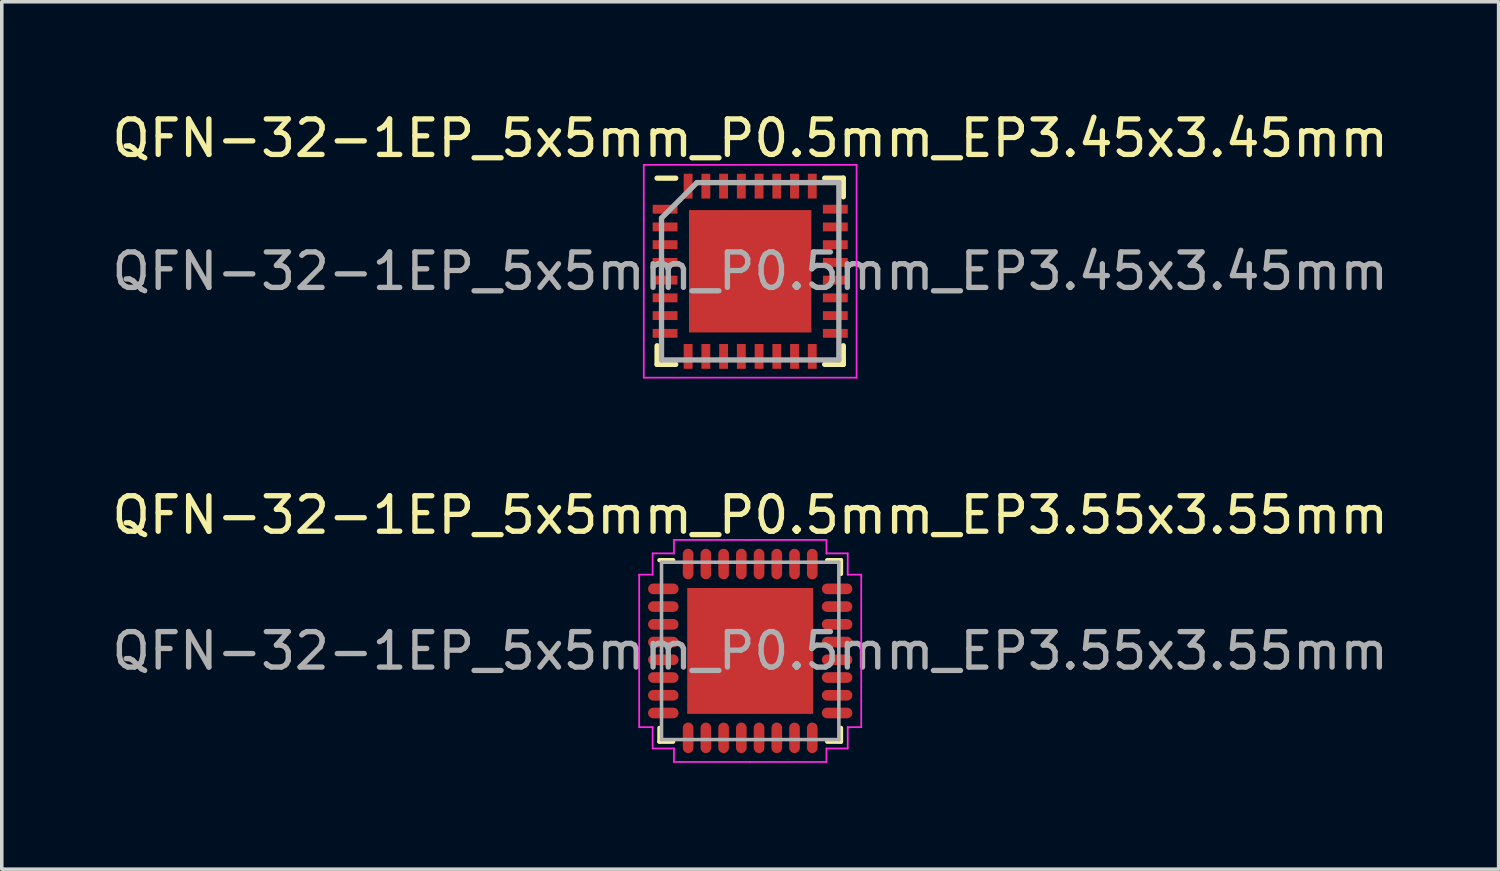
<source format=kicad_pcb>
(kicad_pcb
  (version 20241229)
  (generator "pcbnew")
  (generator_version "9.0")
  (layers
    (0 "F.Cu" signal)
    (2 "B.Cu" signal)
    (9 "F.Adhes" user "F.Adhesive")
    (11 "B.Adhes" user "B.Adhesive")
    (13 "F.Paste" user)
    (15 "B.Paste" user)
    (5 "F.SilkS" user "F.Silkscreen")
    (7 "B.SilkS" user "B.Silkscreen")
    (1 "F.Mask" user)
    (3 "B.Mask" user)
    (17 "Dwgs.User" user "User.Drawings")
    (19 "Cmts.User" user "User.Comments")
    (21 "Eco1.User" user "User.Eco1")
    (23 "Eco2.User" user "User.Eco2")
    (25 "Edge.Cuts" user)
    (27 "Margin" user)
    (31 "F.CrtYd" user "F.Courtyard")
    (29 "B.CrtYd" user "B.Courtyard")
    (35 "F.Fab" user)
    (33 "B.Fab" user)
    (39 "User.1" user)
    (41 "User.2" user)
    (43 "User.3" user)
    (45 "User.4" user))
  (footprint "QFN-32-1EP_5x5mm_P0.5mm_EP3.55x3.55mm"
    (layer "F.Cu")
    (at 18.101 15.302)
    (property "Reference" "QFN-32-1EP_5x5mm_P0.5mm_EP3.55x3.55mm" (at 0 -3.83 0) (layer "F.SilkS") (effects (font (size 1 1) (thickness 0.15))))
    (attr smd)
    (fp_line (start -2.56 -2.56) (end -2.17 -2.56) (stroke (width 0.12) (type solid)) (layer "F.SilkS"))
    (fp_line (start -2.56 2.56) (end -2.56 2.17) (stroke (width 0.12) (type solid)) (layer "F.SilkS"))
    (fp_line (start -2.56 2.56) (end -2.17 2.56) (stroke (width 0.12) (type solid)) (layer "F.SilkS"))
    (fp_line (start 2.56 -2.56) (end 2.17 -2.56) (stroke (width 0.12) (type solid)) (layer "F.SilkS"))
    (fp_line (start 2.56 -2.56) (end 2.56 -2.17) (stroke (width 0.12) (type solid)) (layer "F.SilkS"))
    (fp_line (start 2.56 2.56) (end 2.17 2.56) (stroke (width 0.12) (type solid)) (layer "F.SilkS"))
    (fp_line (start 2.56 2.56) (end 2.56 2.17) (stroke (width 0.12) (type solid)) (layer "F.SilkS"))
    (fp_poly (pts (xy -1.57 -1.57) (xy -0.15 -1.57) (xy -0.15 -0.15) (xy -1.57 -0.15)) (stroke (width 0) (type solid)) (fill yes) (layer "F.Paste"))
    (fp_poly (pts (xy -1.57 0.15) (xy -0.15 0.15) (xy -0.15 1.57) (xy -1.57 1.57)) (stroke (width 0) (type solid)) (fill yes) (layer "F.Paste"))
    (fp_poly (pts (xy 0.15 1.57) (xy 0.15 0.15) (xy 1.57 0.15) (xy 1.57 1.57)) (stroke (width 0) (type solid)) (fill yes) (layer "F.Paste"))
    (fp_poly (pts (xy 1.57 -0.15) (xy 0.15 -0.15) (xy 0.15 -1.57) (xy 1.57 -1.57)) (stroke (width 0) (type solid)) (fill yes) (layer "F.Paste"))
    (fp_line (start -3.13 -2.15) (end -2.75 -2.15) (stroke (width 0.05) (type solid)) (layer "F.CrtYd"))
    (fp_line (start -3.13 0) (end -3.13 -2.15) (stroke (width 0.05) (type solid)) (layer "F.CrtYd"))
    (fp_line (start -3.13 2.15) (end -3.13 0) (stroke (width 0.05) (type solid)) (layer "F.CrtYd"))
    (fp_line (start -2.75 -2.75) (end -2.15 -2.75) (stroke (width 0.05) (type solid)) (layer "F.CrtYd"))
    (fp_line (start -2.75 -2.15) (end -2.75 -2.75) (stroke (width 0.05) (type solid)) (layer "F.CrtYd"))
    (fp_line (start -2.75 2.15) (end -3.13 2.15) (stroke (width 0.05) (type solid)) (layer "F.CrtYd"))
    (fp_line (start -2.75 2.75) (end -2.75 2.15) (stroke (width 0.05) (type solid)) (layer "F.CrtYd"))
    (fp_line (start -2.15 -3.13) (end 0 -3.13) (stroke (width 0.05) (type solid)) (layer "F.CrtYd"))
    (fp_line (start -2.15 -2.75) (end -2.15 -3.13) (stroke (width 0.05) (type solid)) (layer "F.CrtYd"))
    (fp_line (start -2.15 2.75) (end -2.75 2.75) (stroke (width 0.05) (type solid)) (layer "F.CrtYd"))
    (fp_line (start -2.15 3.13) (end -2.15 2.75) (stroke (width 0.05) (type solid)) (layer "F.CrtYd"))
    (fp_line (start 0 -3.13) (end 2.15 -3.13) (stroke (width 0.05) (type solid)) (layer "F.CrtYd"))
    (fp_line (start 0 3.13) (end -2.15 3.13) (stroke (width 0.05) (type solid)) (layer "F.CrtYd"))
    (fp_line (start 2.15 -3.13) (end 2.15 -2.75) (stroke (width 0.05) (type solid)) (layer "F.CrtYd"))
    (fp_line (start 2.15 -2.75) (end 2.75 -2.75) (stroke (width 0.05) (type solid)) (layer "F.CrtYd"))
    (fp_line (start 2.15 2.75) (end 2.15 3.13) (stroke (width 0.05) (type solid)) (layer "F.CrtYd"))
    (fp_line (start 2.15 3.13) (end 0 3.13) (stroke (width 0.05) (type solid)) (layer "F.CrtYd"))
    (fp_line (start 2.75 -2.75) (end 2.75 -2.15) (stroke (width 0.05) (type solid)) (layer "F.CrtYd"))
    (fp_line (start 2.75 -2.15) (end 3.13 -2.15) (stroke (width 0.05) (type solid)) (layer "F.CrtYd"))
    (fp_line (start 2.75 2.15) (end 2.75 2.75) (stroke (width 0.05) (type solid)) (layer "F.CrtYd"))
    (fp_line (start 2.75 2.75) (end 2.15 2.75) (stroke (width 0.05) (type solid)) (layer "F.CrtYd"))
    (fp_line (start 3.13 -2.15) (end 3.13 0) (stroke (width 0.05) (type solid)) (layer "F.CrtYd"))
    (fp_line (start 3.13 0) (end 3.13 2.15) (stroke (width 0.05) (type solid)) (layer "F.CrtYd"))
    (fp_line (start 3.13 2.15) (end 2.75 2.15) (stroke (width 0.05) (type solid)) (layer "F.CrtYd"))
    (fp_line (start -2.5 -2.5) (end 2.5 -2.5) (stroke (width 0.1) (type solid)) (layer "F.Fab"))
    (fp_line (start -2.5 0) (end -2.5 -2.5) (stroke (width 0.1) (type solid)) (layer "F.Fab"))
    (fp_line (start -2.5 2.5) (end -2.5 0) (stroke (width 0.1) (type solid)) (layer "F.Fab"))
    (fp_line (start 2.5 -2.5) (end 2.5 2.5) (stroke (width 0.1) (type solid)) (layer "F.Fab"))
    (fp_line (start 2.5 2.5) (end -2.5 2.5) (stroke (width 0.1) (type solid)) (layer "F.Fab"))
    (fp_text user "${REFERENCE}" (at 0 0 0) (layer "F.Fab") (effects (font (size 1 1) (thickness 0.15))))
    (pad "1" smd oval (at -2.45 -1.75) (size 0.86 0.3) (layers "F.Cu" "F.Mask" "F.Paste"))
    (pad "2" smd oval (at -2.45 -1.25) (size 0.86 0.3) (layers "F.Cu" "F.Mask" "F.Paste"))
    (pad "3" smd oval (at -2.45 -0.75) (size 0.86 0.3) (layers "F.Cu" "F.Mask" "F.Paste"))
    (pad "4" smd oval (at -2.45 -0.25) (size 0.86 0.3) (layers "F.Cu" "F.Mask" "F.Paste"))
    (pad "5" smd oval (at -2.45 0.25) (size 0.86 0.3) (layers "F.Cu" "F.Mask" "F.Paste"))
    (pad "6" smd oval (at -2.45 0.75) (size 0.86 0.3) (layers "F.Cu" "F.Mask" "F.Paste"))
    (pad "7" smd oval (at -2.45 1.25) (size 0.86 0.3) (layers "F.Cu" "F.Mask" "F.Paste"))
    (pad "8" smd oval (at -2.45 1.75) (size 0.86 0.3) (layers "F.Cu" "F.Mask" "F.Paste"))
    (pad "9" smd oval (at -1.75 2.45 90) (size 0.86 0.3) (layers "F.Cu" "F.Mask" "F.Paste"))
    (pad "10" smd oval (at -1.25 2.45 90) (size 0.86 0.3) (layers "F.Cu" "F.Mask" "F.Paste"))
    (pad "11" smd oval (at -0.75 2.45 90) (size 0.86 0.3) (layers "F.Cu" "F.Mask" "F.Paste"))
    (pad "12" smd oval (at -0.25 2.45 90) (size 0.86 0.3) (layers "F.Cu" "F.Mask" "F.Paste"))
    (pad "13" smd oval (at 0.25 2.45 90) (size 0.86 0.3) (layers "F.Cu" "F.Mask" "F.Paste"))
    (pad "14" smd oval (at 0.75 2.45 90) (size 0.86 0.3) (layers "F.Cu" "F.Mask" "F.Paste"))
    (pad "15" smd oval (at 1.25 2.45 90) (size 0.86 0.3) (layers "F.Cu" "F.Mask" "F.Paste"))
    (pad "16" smd oval (at 1.75 2.45 90) (size 0.86 0.3) (layers "F.Cu" "F.Mask" "F.Paste"))
    (pad "17" smd oval (at 2.45 1.75 180) (size 0.86 0.3) (layers "F.Cu" "F.Mask" "F.Paste"))
    (pad "18" smd oval (at 2.45 1.25 180) (size 0.86 0.3) (layers "F.Cu" "F.Mask" "F.Paste"))
    (pad "19" smd oval (at 2.45 0.75 180) (size 0.86 0.3) (layers "F.Cu" "F.Mask" "F.Paste"))
    (pad "20" smd oval (at 2.45 0.25 180) (size 0.86 0.3) (layers "F.Cu" "F.Mask" "F.Paste"))
    (pad "21" smd oval (at 2.45 -0.25 180) (size 0.86 0.3) (layers "F.Cu" "F.Mask" "F.Paste"))
    (pad "22" smd oval (at 2.45 -0.75 180) (size 0.86 0.3) (layers "F.Cu" "F.Mask" "F.Paste"))
    (pad "23" smd oval (at 2.45 -1.25 180) (size 0.86 0.3) (layers "F.Cu" "F.Mask" "F.Paste"))
    (pad "24" smd oval (at 2.45 -1.75 180) (size 0.86 0.3) (layers "F.Cu" "F.Mask" "F.Paste"))
    (pad "25" smd oval (at 1.75 -2.45 270) (size 0.86 0.3) (layers "F.Cu" "F.Mask" "F.Paste"))
    (pad "26" smd oval (at 1.25 -2.45 270) (size 0.86 0.3) (layers "F.Cu" "F.Mask" "F.Paste"))
    (pad "27" smd oval (at 0.75 -2.45 270) (size 0.86 0.3) (layers "F.Cu" "F.Mask" "F.Paste"))
    (pad "28" smd oval (at 0.25 -2.45 270) (size 0.86 0.3) (layers "F.Cu" "F.Mask" "F.Paste"))
    (pad "29" smd oval (at -0.25 -2.45 270) (size 0.86 0.3) (layers "F.Cu" "F.Mask" "F.Paste"))
    (pad "30" smd oval (at -0.75 -2.45 270) (size 0.86 0.3) (layers "F.Cu" "F.Mask" "F.Paste"))
    (pad "31" smd oval (at -1.25 -2.45 270) (size 0.86 0.3) (layers "F.Cu" "F.Mask" "F.Paste"))
    (pad "32" smd oval (at -1.75 -2.45 270) (size 0.86 0.3) (layers "F.Cu" "F.Mask" "F.Paste"))
    (pad "33" smd rect (at 0 0) (size 3.55 3.55) (layers "F.Cu" "F.Mask")))
  (footprint "QFN-32-1EP_5x5mm_P0.5mm_EP3.45x3.45mm"
    (layer "F.Cu")
    (at 18.101 4.598)
    (property "Reference" "QFN-32-1EP_5x5mm_P0.5mm_EP3.45x3.45mm" (at 0 -3.75 0) (layer "F.SilkS") (effects (font (size 1 1) (thickness 0.15))))
    (attr smd)
    (fp_line (start -2.625 -2.625) (end -2.1 -2.625) (stroke (width 0.15) (type solid)) (layer "F.SilkS"))
    (fp_line (start -2.625 2.625) (end -2.625 2.1) (stroke (width 0.15) (type solid)) (layer "F.SilkS"))
    (fp_line (start -2.625 2.625) (end -2.1 2.625) (stroke (width 0.15) (type solid)) (layer "F.SilkS"))
    (fp_line (start 2.625 -2.625) (end 2.1 -2.625) (stroke (width 0.15) (type solid)) (layer "F.SilkS"))
    (fp_line (start 2.625 -2.625) (end 2.625 -2.1) (stroke (width 0.15) (type solid)) (layer "F.SilkS"))
    (fp_line (start 2.625 2.625) (end 2.1 2.625) (stroke (width 0.15) (type solid)) (layer "F.SilkS"))
    (fp_line (start 2.625 2.625) (end 2.625 2.1) (stroke (width 0.15) (type solid)) (layer "F.SilkS"))
    (fp_line (start -3 -3) (end -3 3) (stroke (width 0.05) (type solid)) (layer "F.CrtYd"))
    (fp_line (start -3 -3) (end 3 -3) (stroke (width 0.05) (type solid)) (layer "F.CrtYd"))
    (fp_line (start -3 3) (end 3 3) (stroke (width 0.05) (type solid)) (layer "F.CrtYd"))
    (fp_line (start 3 -3) (end 3 3) (stroke (width 0.05) (type solid)) (layer "F.CrtYd"))
    (fp_line (start -2.5 -1.5) (end -1.5 -2.5) (stroke (width 0.15) (type solid)) (layer "F.Fab"))
    (fp_line (start -2.5 2.5) (end -2.5 -1.5) (stroke (width 0.15) (type solid)) (layer "F.Fab"))
    (fp_line (start -1.5 -2.5) (end 2.5 -2.5) (stroke (width 0.15) (type solid)) (layer "F.Fab"))
    (fp_line (start 2.5 -2.5) (end 2.5 2.5) (stroke (width 0.15) (type solid)) (layer "F.Fab"))
    (fp_line (start 2.5 2.5) (end -2.5 2.5) (stroke (width 0.15) (type solid)) (layer "F.Fab"))
    (fp_text user "${REFERENCE}" (at 0 0 0) (layer "F.Fab") (effects (font (size 1 1) (thickness 0.15))))
    (pad "" smd rect (at -1.15 -1.15) (size 0.92 0.92) (layers "F.Paste"))
    (pad "" smd rect (at -1.15 0) (size 0.92 0.92) (layers "F.Paste"))
    (pad "" smd rect (at -1.15 1.15) (size 0.92 0.92) (layers "F.Paste"))
    (pad "" smd rect (at 0 -1.15) (size 0.92 0.92) (layers "F.Paste"))
    (pad "" smd rect (at 0 0) (size 0.92 0.92) (layers "F.Paste"))
    (pad "" smd rect (at 0 1.15) (size 0.92 0.92) (layers "F.Paste"))
    (pad "" smd rect (at 1.15 -1.15) (size 0.92 0.92) (layers "F.Paste"))
    (pad "" smd rect (at 1.15 0) (size 0.92 0.92) (layers "F.Paste"))
    (pad "" smd rect (at 1.15 1.15) (size 0.92 0.92) (layers "F.Paste"))
    (pad "1" smd rect (at -2.4 -1.75) (size 0.7 0.25) (layers "F.Cu" "F.Mask" "F.Paste"))
    (pad "2" smd rect (at -2.4 -1.25) (size 0.7 0.25) (layers "F.Cu" "F.Mask" "F.Paste"))
    (pad "3" smd rect (at -2.4 -0.75) (size 0.7 0.25) (layers "F.Cu" "F.Mask" "F.Paste"))
    (pad "4" smd rect (at -2.4 -0.25) (size 0.7 0.25) (layers "F.Cu" "F.Mask" "F.Paste"))
    (pad "5" smd rect (at -2.4 0.25) (size 0.7 0.25) (layers "F.Cu" "F.Mask" "F.Paste"))
    (pad "6" smd rect (at -2.4 0.75) (size 0.7 0.25) (layers "F.Cu" "F.Mask" "F.Paste"))
    (pad "7" smd rect (at -2.4 1.25) (size 0.7 0.25) (layers "F.Cu" "F.Mask" "F.Paste"))
    (pad "8" smd rect (at -2.4 1.75) (size 0.7 0.25) (layers "F.Cu" "F.Mask" "F.Paste"))
    (pad "9" smd rect (at -1.75 2.4 90) (size 0.7 0.25) (layers "F.Cu" "F.Mask" "F.Paste"))
    (pad "10" smd rect (at -1.25 2.4 90) (size 0.7 0.25) (layers "F.Cu" "F.Mask" "F.Paste"))
    (pad "11" smd rect (at -0.75 2.4 90) (size 0.7 0.25) (layers "F.Cu" "F.Mask" "F.Paste"))
    (pad "12" smd rect (at -0.25 2.4 90) (size 0.7 0.25) (layers "F.Cu" "F.Mask" "F.Paste"))
    (pad "13" smd rect (at 0.25 2.4 90) (size 0.7 0.25) (layers "F.Cu" "F.Mask" "F.Paste"))
    (pad "14" smd rect (at 0.75 2.4 90) (size 0.7 0.25) (layers "F.Cu" "F.Mask" "F.Paste"))
    (pad "15" smd rect (at 1.25 2.4 90) (size 0.7 0.25) (layers "F.Cu" "F.Mask" "F.Paste"))
    (pad "16" smd rect (at 1.75 2.4 90) (size 0.7 0.25) (layers "F.Cu" "F.Mask" "F.Paste"))
    (pad "17" smd rect (at 2.4 1.75) (size 0.7 0.25) (layers "F.Cu" "F.Mask" "F.Paste"))
    (pad "18" smd rect (at 2.4 1.25) (size 0.7 0.25) (layers "F.Cu" "F.Mask" "F.Paste"))
    (pad "19" smd rect (at 2.4 0.75) (size 0.7 0.25) (layers "F.Cu" "F.Mask" "F.Paste"))
    (pad "20" smd rect (at 2.4 0.25) (size 0.7 0.25) (layers "F.Cu" "F.Mask" "F.Paste"))
    (pad "21" smd rect (at 2.4 -0.25) (size 0.7 0.25) (layers "F.Cu" "F.Mask" "F.Paste"))
    (pad "22" smd rect (at 2.4 -0.75) (size 0.7 0.25) (layers "F.Cu" "F.Mask" "F.Paste"))
    (pad "23" smd rect (at 2.4 -1.25) (size 0.7 0.25) (layers "F.Cu" "F.Mask" "F.Paste"))
    (pad "24" smd rect (at 2.4 -1.75) (size 0.7 0.25) (layers "F.Cu" "F.Mask" "F.Paste"))
    (pad "25" smd rect (at 1.75 -2.4 90) (size 0.7 0.25) (layers "F.Cu" "F.Mask" "F.Paste"))
    (pad "26" smd rect (at 1.25 -2.4 90) (size 0.7 0.25) (layers "F.Cu" "F.Mask" "F.Paste"))
    (pad "27" smd rect (at 0.75 -2.4 90) (size 0.7 0.25) (layers "F.Cu" "F.Mask" "F.Paste"))
    (pad "28" smd rect (at 0.25 -2.4 90) (size 0.7 0.25) (layers "F.Cu" "F.Mask" "F.Paste"))
    (pad "29" smd rect (at -0.25 -2.4 90) (size 0.7 0.25) (layers "F.Cu" "F.Mask" "F.Paste"))
    (pad "30" smd rect (at -0.75 -2.4 90) (size 0.7 0.25) (layers "F.Cu" "F.Mask" "F.Paste"))
    (pad "31" smd rect (at -1.25 -2.4 90) (size 0.7 0.25) (layers "F.Cu" "F.Mask" "F.Paste"))
    (pad "32" smd rect (at -1.75 -2.4 90) (size 0.7 0.25) (layers "F.Cu" "F.Mask" "F.Paste"))
    (pad "33" smd rect (at 0 0) (size 3.45 3.45) (layers "F.Cu" "F.Mask")))
  (gr_rect
    (start -3 -3)
    (end 39.202 21.456)
    (stroke (width 0.1) (type default))
    (fill no)
    (layer "Edge.Cuts")))
</source>
